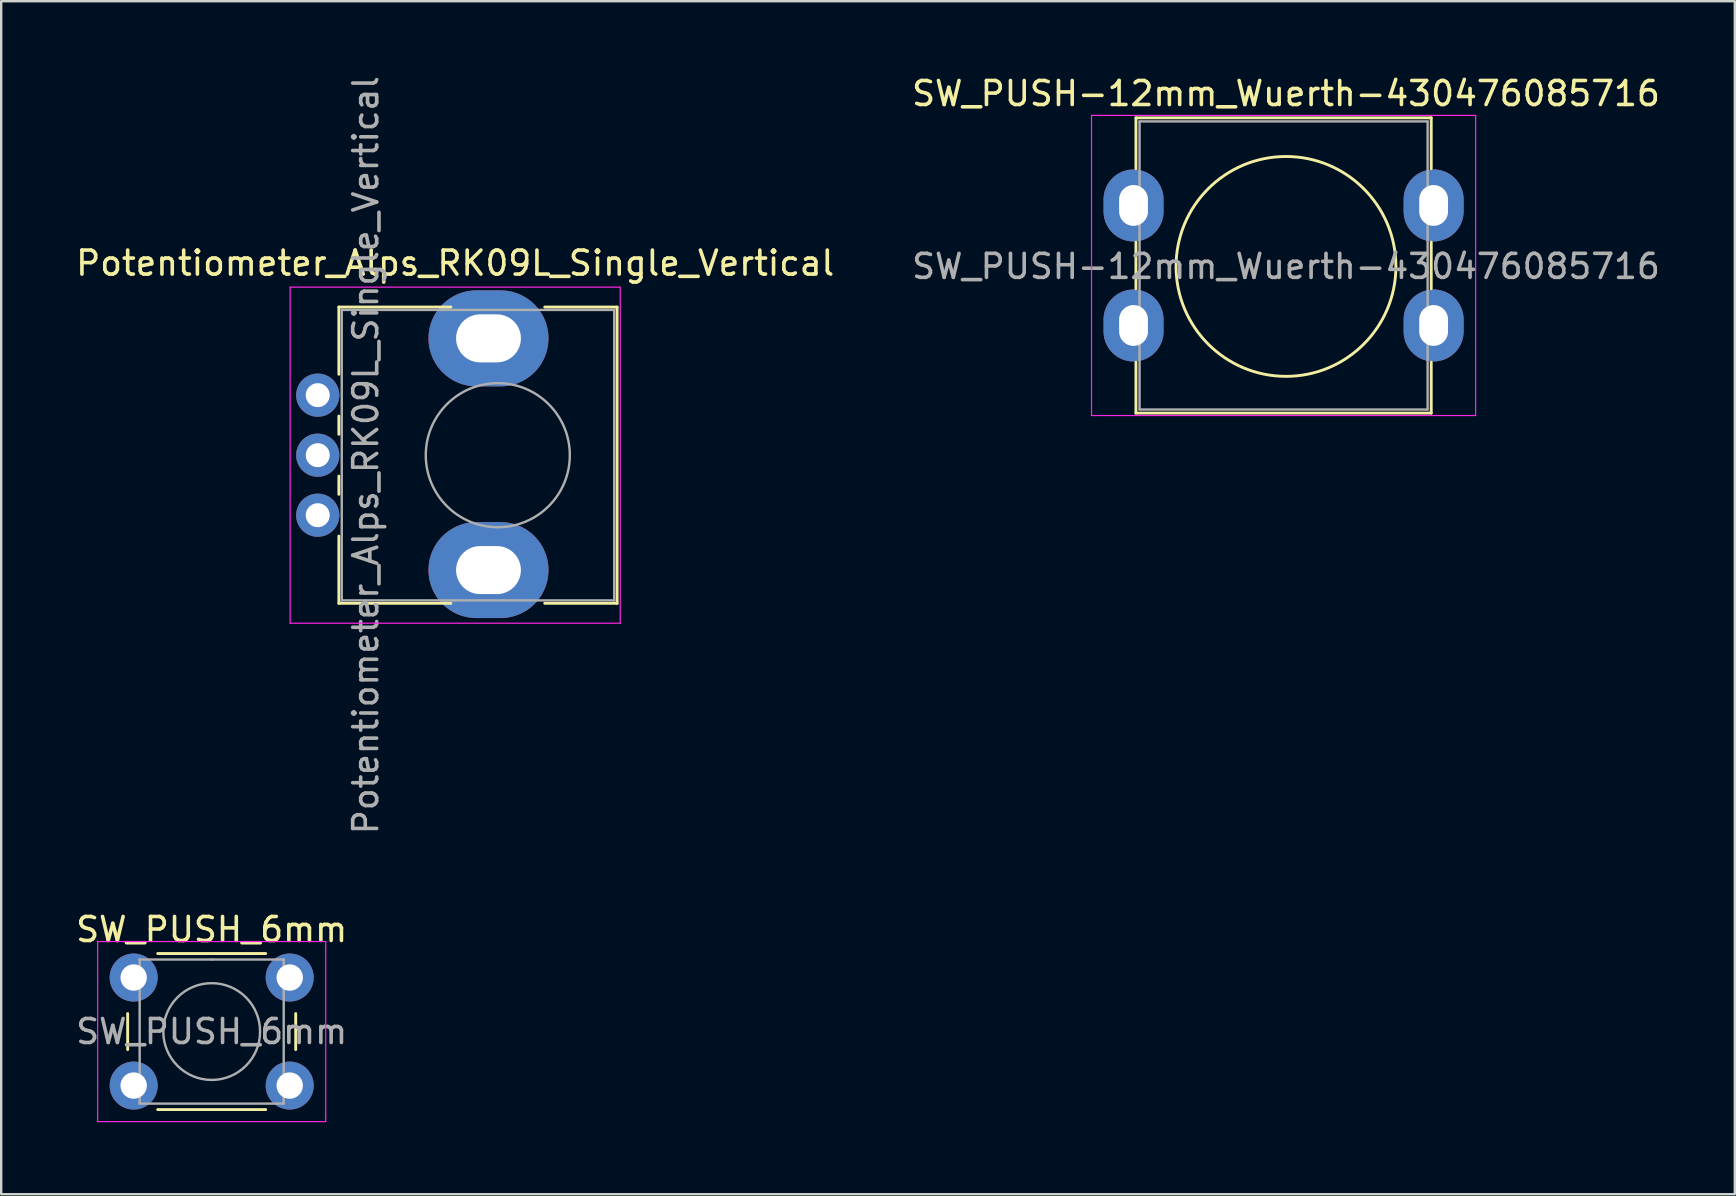
<source format=kicad_pcb>
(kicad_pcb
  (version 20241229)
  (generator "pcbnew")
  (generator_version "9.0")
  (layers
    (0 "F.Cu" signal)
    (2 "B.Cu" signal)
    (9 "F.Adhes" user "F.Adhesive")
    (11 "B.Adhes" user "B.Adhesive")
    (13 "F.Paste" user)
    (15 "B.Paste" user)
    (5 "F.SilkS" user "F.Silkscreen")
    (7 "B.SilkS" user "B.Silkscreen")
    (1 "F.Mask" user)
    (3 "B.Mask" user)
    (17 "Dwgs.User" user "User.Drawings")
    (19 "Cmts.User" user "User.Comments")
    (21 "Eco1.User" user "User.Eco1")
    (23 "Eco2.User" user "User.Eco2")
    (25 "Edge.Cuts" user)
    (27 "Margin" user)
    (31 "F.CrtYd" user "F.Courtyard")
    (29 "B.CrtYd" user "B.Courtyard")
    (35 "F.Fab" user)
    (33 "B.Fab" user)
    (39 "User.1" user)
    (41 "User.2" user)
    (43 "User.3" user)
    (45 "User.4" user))
  (footprint "SW_PUSH-12mm_Wuerth-430476085716"
    (layer "F.Cu")
    (at 44.168 5.508)
    (property "Reference" "SW_PUSH-12mm_Wuerth-430476085716" (at 6.35 -4.66 0) (layer "F.SilkS") (effects (font (size 1 1) (thickness 0.15))))
    (attr through_hole)
    (fp_line (start 0.1 -3.65) (end 12.4 -3.65) (stroke (width 0.12) (type solid)) (layer "F.SilkS"))
    (fp_line (start 0.1 -1.53) (end 0.1 -3.65) (stroke (width 0.12) (type solid)) (layer "F.SilkS"))
    (fp_line (start 0.1 3.47) (end 0.1 1.53) (stroke (width 0.12) (type solid)) (layer "F.SilkS"))
    (fp_line (start 0.1 8.65) (end 0.1 6.53) (stroke (width 0.12) (type solid)) (layer "F.SilkS"))
    (fp_line (start 12.4 -3.65) (end 12.4 -1.53) (stroke (width 0.12) (type solid)) (layer "F.SilkS"))
    (fp_line (start 12.4 1.53) (end 12.4 3.47) (stroke (width 0.12) (type solid)) (layer "F.SilkS"))
    (fp_line (start 12.4 6.53) (end 12.4 8.65) (stroke (width 0.12) (type solid)) (layer "F.SilkS"))
    (fp_line (start 12.4 8.65) (end 0.1 8.65) (stroke (width 0.12) (type solid)) (layer "F.SilkS"))
    (fp_circle (center 6.35 2.54) (end 10.929 2.54) (stroke (width 0.12) (type solid)) (fill no) (layer "F.SilkS"))
    (fp_line (start -1.75 -3.75) (end -1.75 8.75) (stroke (width 0.05) (type solid)) (layer "F.CrtYd"))
    (fp_line (start -1.75 8.75) (end 14.25 8.75) (stroke (width 0.05) (type solid)) (layer "F.CrtYd"))
    (fp_line (start 14.25 -3.75) (end -1.75 -3.75) (stroke (width 0.05) (type solid)) (layer "F.CrtYd"))
    (fp_line (start 14.25 8.75) (end 14.25 -3.75) (stroke (width 0.05) (type solid)) (layer "F.CrtYd"))
    (fp_line (start 0.25 -3.5) (end 0.25 8.5) (stroke (width 0.1) (type solid)) (layer "F.Fab"))
    (fp_line (start 0.25 8.5) (end 12.25 8.5) (stroke (width 0.1) (type solid)) (layer "F.Fab"))
    (fp_line (start 12.25 -3.5) (end 0.25 -3.5) (stroke (width 0.1) (type solid)) (layer "F.Fab"))
    (fp_line (start 12.25 8.5) (end 12.25 -3.5) (stroke (width 0.1) (type solid)) (layer "F.Fab"))
    (fp_text user "${REFERENCE}" (at 6.35 2.54 0) (layer "F.Fab") (effects (font (size 1 1) (thickness 0.15))))
    (pad "1" thru_hole oval (at 0 0) (size 2.5 3) (drill oval 1.2 1.7) (layers "*.Cu" "*.Mask"))
    (pad "2" thru_hole oval (at 0 5) (size 2.5 3) (drill oval 1.2 1.7) (layers "*.Cu" "*.Mask"))
    (pad "3" thru_hole oval (at 12.5 0) (size 2.5 3) (drill oval 1.2 1.7) (layers "*.Cu" "*.Mask"))
    (pad "4" thru_hole oval (at 12.5 5) (size 2.5 3) (drill oval 1.2 1.7) (layers "*.Cu" "*.Mask")))
  (footprint "Potentiometer_Alps_RK09L_Single_Vertical"
    (layer "F.Cu")
    (at 10.186 18.411)
    (property "Reference" "Potentiometer_Alps_RK09L_Single_Vertical" (at 5.725 -10.5 0) (layer "F.SilkS") (effects (font (size 1 1) (thickness 0.15))))
    (attr through_hole)
    (fp_line (start 0.88 -8.67) (end 0.88 -5.871) (stroke (width 0.12) (type solid)) (layer "F.SilkS"))
    (fp_line (start 0.88 -8.67) (end 5.546 -8.67) (stroke (width 0.12) (type solid)) (layer "F.SilkS"))
    (fp_line (start 0.88 -4.129) (end 0.88 -3.37) (stroke (width 0.12) (type solid)) (layer "F.SilkS"))
    (fp_line (start 0.88 -1.629) (end 0.88 -0.87) (stroke (width 0.12) (type solid)) (layer "F.SilkS"))
    (fp_line (start 0.88 0.87) (end 0.88 3.67) (stroke (width 0.12) (type solid)) (layer "F.SilkS"))
    (fp_line (start 0.88 3.67) (end 5.546 3.67) (stroke (width 0.12) (type solid)) (layer "F.SilkS"))
    (fp_line (start 9.455 -8.67) (end 12.47 -8.67) (stroke (width 0.12) (type solid)) (layer "F.SilkS"))
    (fp_line (start 9.455 3.67) (end 12.47 3.67) (stroke (width 0.12) (type solid)) (layer "F.SilkS"))
    (fp_line (start 12.47 -8.67) (end 12.47 3.67) (stroke (width 0.12) (type solid)) (layer "F.SilkS"))
    (fp_line (start -1.15 -9.5) (end -1.15 4.5) (stroke (width 0.05) (type solid)) (layer "F.CrtYd"))
    (fp_line (start -1.15 4.5) (end 12.6 4.5) (stroke (width 0.05) (type solid)) (layer "F.CrtYd"))
    (fp_line (start 12.6 -9.5) (end -1.15 -9.5) (stroke (width 0.05) (type solid)) (layer "F.CrtYd"))
    (fp_line (start 12.6 4.5) (end 12.6 -9.5) (stroke (width 0.05) (type solid)) (layer "F.CrtYd"))
    (fp_line (start 1 -8.55) (end 1 3.55) (stroke (width 0.1) (type solid)) (layer "F.Fab"))
    (fp_line (start 1 3.55) (end 12.35 3.55) (stroke (width 0.1) (type solid)) (layer "F.Fab"))
    (fp_line (start 12.35 -8.55) (end 1 -8.55) (stroke (width 0.1) (type solid)) (layer "F.Fab"))
    (fp_line (start 12.35 3.55) (end 12.35 -8.55) (stroke (width 0.1) (type solid)) (layer "F.Fab"))
    (fp_circle (center 7.5 -2.5) (end 10.5 -2.5) (stroke (width 0.1) (type solid)) (fill no) (layer "F.Fab"))
    (fp_text user "${REFERENCE}" (at 2 -2.5 90) (layer "F.Fab") (effects (font (size 1 1) (thickness 0.15))))
    (pad "" np_thru_hole oval (at 7.112 -7.366) (size 5 4) (drill oval 2.7 2) (layers "*.Cu" "*.Mask"))
    (pad "" np_thru_hole oval (at 7.112 2.286) (size 5 4) (drill oval 2.7 2) (layers "*.Cu" "*.Mask"))
    (pad "1" thru_hole circle (at 0 0) (size 1.8 1.8) (drill 1) (layers "*.Cu" "*.Mask"))
    (pad "2" thru_hole circle (at 0 -2.5) (size 1.8 1.8) (drill 1) (layers "*.Cu" "*.Mask"))
    (pad "3" thru_hole circle (at 0 -5) (size 1.8 1.8) (drill 1) (layers "*.Cu" "*.Mask")))
  (footprint "SW_PUSH_6mm"
    (layer "F.Cu")
    (at 2.518 37.67)
    (property "Reference" "SW_PUSH_6mm" (at 3.25 -2 0) (layer "F.SilkS") (effects (font (size 1 1) (thickness 0.15))))
    (attr through_hole)
    (fp_line (start -0.25 1.5) (end -0.25 3) (stroke (width 0.12) (type solid)) (layer "F.SilkS"))
    (fp_line (start 1 5.5) (end 5.5 5.5) (stroke (width 0.12) (type solid)) (layer "F.SilkS"))
    (fp_line (start 5.5 -1) (end 1 -1) (stroke (width 0.12) (type solid)) (layer "F.SilkS"))
    (fp_line (start 6.75 3) (end 6.75 1.5) (stroke (width 0.12) (type solid)) (layer "F.SilkS"))
    (fp_line (start -1.5 -1.5) (end -1.25 -1.5) (stroke (width 0.05) (type solid)) (layer "F.CrtYd"))
    (fp_line (start -1.5 -1.25) (end -1.5 -1.5) (stroke (width 0.05) (type solid)) (layer "F.CrtYd"))
    (fp_line (start -1.5 5.75) (end -1.5 -1.25) (stroke (width 0.05) (type solid)) (layer "F.CrtYd"))
    (fp_line (start -1.5 5.75) (end -1.5 6) (stroke (width 0.05) (type solid)) (layer "F.CrtYd"))
    (fp_line (start -1.5 6) (end -1.25 6) (stroke (width 0.05) (type solid)) (layer "F.CrtYd"))
    (fp_line (start -1.25 -1.5) (end 7.75 -1.5) (stroke (width 0.05) (type solid)) (layer "F.CrtYd"))
    (fp_line (start 7.75 -1.5) (end 8 -1.5) (stroke (width 0.05) (type solid)) (layer "F.CrtYd"))
    (fp_line (start 7.75 6) (end -1.25 6) (stroke (width 0.05) (type solid)) (layer "F.CrtYd"))
    (fp_line (start 7.75 6) (end 8 6) (stroke (width 0.05) (type solid)) (layer "F.CrtYd"))
    (fp_line (start 8 -1.5) (end 8 -1.25) (stroke (width 0.05) (type solid)) (layer "F.CrtYd"))
    (fp_line (start 8 -1.25) (end 8 5.75) (stroke (width 0.05) (type solid)) (layer "F.CrtYd"))
    (fp_line (start 8 6) (end 8 5.75) (stroke (width 0.05) (type solid)) (layer "F.CrtYd"))
    (fp_line (start 0.25 -0.75) (end 3.25 -0.75) (stroke (width 0.1) (type solid)) (layer "F.Fab"))
    (fp_line (start 0.25 5.25) (end 0.25 -0.75) (stroke (width 0.1) (type solid)) (layer "F.Fab"))
    (fp_line (start 3.25 -0.75) (end 6.25 -0.75) (stroke (width 0.1) (type solid)) (layer "F.Fab"))
    (fp_line (start 6.25 -0.75) (end 6.25 5.25) (stroke (width 0.1) (type solid)) (layer "F.Fab"))
    (fp_line (start 6.25 5.25) (end 0.25 5.25) (stroke (width 0.1) (type solid)) (layer "F.Fab"))
    (fp_circle (center 3.25 2.25) (end 1.25 2.5) (stroke (width 0.1) (type solid)) (fill no) (layer "F.Fab"))
    (fp_text user "${REFERENCE}" (at 3.25 2.25 0) (layer "F.Fab") (effects (font (size 1 1) (thickness 0.15))))
    (pad "1" thru_hole circle (at 0 0 90) (size 2 2) (drill 1.1) (layers "*.Cu" "*.Mask"))
    (pad "2" thru_hole circle (at 0 4.5 90) (size 2 2) (drill 1.1) (layers "*.Cu" "*.Mask"))
    (pad "3" thru_hole circle (at 6.5 0 90) (size 2 2) (drill 1.1) (layers "*.Cu" "*.Mask"))
    (pad "4" thru_hole circle (at 6.5 4.5 90) (size 2 2) (drill 1.1) (layers "*.Cu" "*.Mask")))
  (gr_rect
    (start -3 -3)
    (end 69.214 46.695)
    (stroke (width 0.1) (type default))
    (fill no)
    (layer "Edge.Cuts")))
</source>
